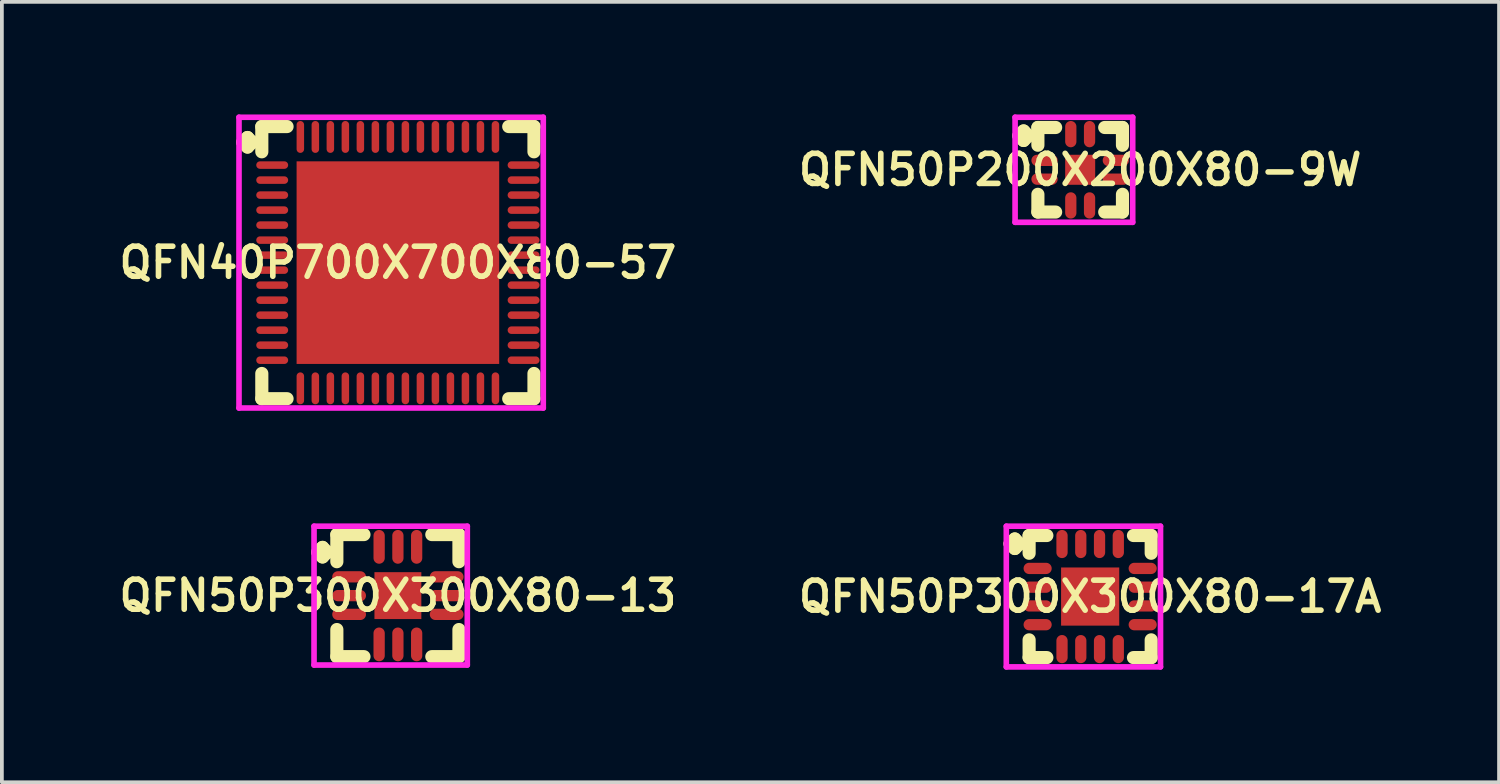
<source format=kicad_pcb>
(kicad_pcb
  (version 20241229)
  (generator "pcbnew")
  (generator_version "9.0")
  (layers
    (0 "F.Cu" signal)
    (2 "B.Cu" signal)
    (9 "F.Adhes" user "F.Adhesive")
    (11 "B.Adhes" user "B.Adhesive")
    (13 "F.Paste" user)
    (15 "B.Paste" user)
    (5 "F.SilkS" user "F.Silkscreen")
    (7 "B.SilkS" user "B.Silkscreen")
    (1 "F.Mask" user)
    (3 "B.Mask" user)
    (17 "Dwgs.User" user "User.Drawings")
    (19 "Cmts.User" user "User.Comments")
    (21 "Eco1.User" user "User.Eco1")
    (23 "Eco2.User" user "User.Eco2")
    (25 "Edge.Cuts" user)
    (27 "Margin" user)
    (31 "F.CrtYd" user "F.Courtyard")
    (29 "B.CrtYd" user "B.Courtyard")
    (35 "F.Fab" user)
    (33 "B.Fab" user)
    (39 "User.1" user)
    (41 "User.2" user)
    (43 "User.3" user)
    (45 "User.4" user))
  (footprint "QFN50P300X300X80-13"
    (layer "F.Cu")
    (at 7.555 12.825)
    (property "Reference" "QFN50P300X300X80-13" (at 0 0 0) (layer "F.SilkS") (effects (font (size 0.8 0.8) (thickness 0.15))))
    (attr smd)
    (fp_line (start -2.135 -1.158) (end -2.008 -1.285) (stroke (width 0.35) (type solid)) (layer "F.SilkS"))
    (fp_line (start -2.008 -1.285) (end -1.881 -1.158) (stroke (width 0.35) (type solid)) (layer "F.SilkS"))
    (fp_line (start -2.008 -1.031) (end -2.135 -1.158) (stroke (width 0.35) (type solid)) (layer "F.SilkS"))
    (fp_line (start -1.881 -1.158) (end -2.008 -1.031) (stroke (width 0.35) (type solid)) (layer "F.SilkS"))
    (fp_line (start -1.627 -1.627) (end -0.904 -1.627) (stroke (width 0.35) (type solid)) (layer "F.SilkS"))
    (fp_line (start -1.627 -0.904) (end -1.627 -1.627) (stroke (width 0.35) (type solid)) (layer "F.SilkS"))
    (fp_line (start -1.627 0.904) (end -1.627 1.627) (stroke (width 0.35) (type solid)) (layer "F.SilkS"))
    (fp_line (start -1.627 1.627) (end -0.904 1.627) (stroke (width 0.35) (type solid)) (layer "F.SilkS"))
    (fp_line (start 0.904 -1.627) (end 1.627 -1.627) (stroke (width 0.35) (type solid)) (layer "F.SilkS"))
    (fp_line (start 0.904 1.627) (end 1.627 1.627) (stroke (width 0.35) (type solid)) (layer "F.SilkS"))
    (fp_line (start 1.627 -1.627) (end 1.627 -0.904) (stroke (width 0.35) (type solid)) (layer "F.SilkS"))
    (fp_line (start 1.627 1.627) (end 1.627 0.904) (stroke (width 0.35) (type solid)) (layer "F.SilkS"))
    (fp_line (start -2.235 -1.85) (end 1.85 -1.85) (stroke (width 0.15) (type solid)) (layer "F.CrtYd"))
    (fp_line (start -2.235 1.85) (end -2.235 -1.85) (stroke (width 0.15) (type solid)) (layer "F.CrtYd"))
    (fp_line (start 1.85 -1.85) (end 1.85 1.85) (stroke (width 0.15) (type solid)) (layer "F.CrtYd"))
    (fp_line (start 1.85 1.85) (end -2.235 1.85) (stroke (width 0.15) (type solid)) (layer "F.CrtYd"))
    (pad "1" smd oval (at -1.3 -0.5) (size 0.9 0.3) (layers "F.Cu" "F.Mask" "F.Paste"))
    (pad "2" smd oval (at -1.3 0) (size 0.9 0.3) (layers "F.Cu" "F.Mask" "F.Paste"))
    (pad "3" smd oval (at -1.3 0.5) (size 0.9 0.3) (layers "F.Cu" "F.Mask" "F.Paste"))
    (pad "4" smd oval (at -0.5 1.3) (size 0.3 0.9) (layers "F.Cu" "F.Mask" "F.Paste"))
    (pad "5" smd oval (at 0 1.3) (size 0.3 0.9) (layers "F.Cu" "F.Mask" "F.Paste"))
    (pad "6" smd oval (at 0.5 1.3) (size 0.3 0.9) (layers "F.Cu" "F.Mask" "F.Paste"))
    (pad "7" smd oval (at 1.3 0.5) (size 0.9 0.3) (layers "F.Cu" "F.Mask" "F.Paste"))
    (pad "8" smd oval (at 1.3 0) (size 0.9 0.3) (layers "F.Cu" "F.Mask" "F.Paste"))
    (pad "9" smd oval (at 1.3 -0.5) (size 0.9 0.3) (layers "F.Cu" "F.Mask" "F.Paste"))
    (pad "10" smd oval (at 0.5 -1.3) (size 0.3 0.9) (layers "F.Cu" "F.Mask" "F.Paste"))
    (pad "11" smd oval (at 0 -1.3) (size 0.3 0.9) (layers "F.Cu" "F.Mask" "F.Paste"))
    (pad "12" smd oval (at -0.5 -1.3) (size 0.3 0.9) (layers "F.Cu" "F.Mask" "F.Paste"))
    (pad "13" smd rect (at 0 0) (size 1.25 1.25) (layers "F.Cu" "F.Mask" "F.Paste")))
  (footprint "QFN50P300X300X80-17A"
    (layer "F.Cu")
    (at 26.006 12.85)
    (property "Reference" "QFN50P300X300X80-17A" (at 0 0 0) (layer "F.SilkS") (effects (font (size 0.8 0.8) (thickness 0.15))))
    (attr smd)
    (fp_line (start -2.135 -1.408) (end -2.008 -1.535) (stroke (width 0.35) (type solid)) (layer "F.SilkS"))
    (fp_line (start -2.008 -1.535) (end -1.881 -1.408) (stroke (width 0.35) (type solid)) (layer "F.SilkS"))
    (fp_line (start -2.008 -1.281) (end -2.135 -1.408) (stroke (width 0.35) (type solid)) (layer "F.SilkS"))
    (fp_line (start -1.881 -1.408) (end -2.008 -1.281) (stroke (width 0.35) (type solid)) (layer "F.SilkS"))
    (fp_line (start -1.627 -1.627) (end -1.154 -1.627) (stroke (width 0.35) (type solid)) (layer "F.SilkS"))
    (fp_line (start -1.627 -1.154) (end -1.627 -1.627) (stroke (width 0.35) (type solid)) (layer "F.SilkS"))
    (fp_line (start -1.627 1.154) (end -1.627 1.627) (stroke (width 0.35) (type solid)) (layer "F.SilkS"))
    (fp_line (start -1.627 1.627) (end -1.154 1.627) (stroke (width 0.35) (type solid)) (layer "F.SilkS"))
    (fp_line (start 1.154 -1.627) (end 1.627 -1.627) (stroke (width 0.35) (type solid)) (layer "F.SilkS"))
    (fp_line (start 1.154 1.627) (end 1.627 1.627) (stroke (width 0.35) (type solid)) (layer "F.SilkS"))
    (fp_line (start 1.627 -1.627) (end 1.627 -1.154) (stroke (width 0.35) (type solid)) (layer "F.SilkS"))
    (fp_line (start 1.627 1.627) (end 1.627 1.154) (stroke (width 0.35) (type solid)) (layer "F.SilkS"))
    (fp_line (start -2.235 -1.875) (end 1.875 -1.875) (stroke (width 0.15) (type solid)) (layer "F.CrtYd"))
    (fp_line (start -2.235 1.875) (end -2.235 -1.875) (stroke (width 0.15) (type solid)) (layer "F.CrtYd"))
    (fp_line (start 1.875 -1.875) (end 1.875 1.875) (stroke (width 0.15) (type solid)) (layer "F.CrtYd"))
    (fp_line (start 1.875 1.875) (end -2.235 1.875) (stroke (width 0.15) (type solid)) (layer "F.CrtYd"))
    (pad "1" smd oval (at -1.4 -0.75) (size 0.75 0.3) (layers "F.Cu" "F.Mask" "F.Paste"))
    (pad "2" smd oval (at -1.4 -0.25) (size 0.75 0.3) (layers "F.Cu" "F.Mask" "F.Paste"))
    (pad "3" smd oval (at -1.4 0.25) (size 0.75 0.3) (layers "F.Cu" "F.Mask" "F.Paste"))
    (pad "4" smd oval (at -1.4 0.75) (size 0.75 0.3) (layers "F.Cu" "F.Mask" "F.Paste"))
    (pad "5" smd oval (at -0.75 1.4) (size 0.3 0.75) (layers "F.Cu" "F.Mask" "F.Paste"))
    (pad "6" smd oval (at -0.25 1.4) (size 0.3 0.75) (layers "F.Cu" "F.Mask" "F.Paste"))
    (pad "7" smd oval (at 0.25 1.4) (size 0.3 0.75) (layers "F.Cu" "F.Mask" "F.Paste"))
    (pad "8" smd oval (at 0.75 1.4) (size 0.3 0.75) (layers "F.Cu" "F.Mask" "F.Paste"))
    (pad "9" smd oval (at 1.4 0.75) (size 0.75 0.3) (layers "F.Cu" "F.Mask" "F.Paste"))
    (pad "10" smd oval (at 1.4 0.25) (size 0.75 0.3) (layers "F.Cu" "F.Mask" "F.Paste"))
    (pad "11" smd oval (at 1.4 -0.25) (size 0.75 0.3) (layers "F.Cu" "F.Mask" "F.Paste"))
    (pad "12" smd oval (at 1.4 -0.75) (size 0.75 0.3) (layers "F.Cu" "F.Mask" "F.Paste"))
    (pad "13" smd oval (at 0.75 -1.4) (size 0.3 0.75) (layers "F.Cu" "F.Mask" "F.Paste"))
    (pad "14" smd oval (at 0.25 -1.4) (size 0.3 0.75) (layers "F.Cu" "F.Mask" "F.Paste"))
    (pad "15" smd oval (at -0.25 -1.4) (size 0.3 0.75) (layers "F.Cu" "F.Mask" "F.Paste"))
    (pad "16" smd oval (at -0.75 -1.4) (size 0.3 0.75) (layers "F.Cu" "F.Mask" "F.Paste"))
    (pad "17" smd rect (at 0 0) (size 1.55 1.55) (layers "F.Cu" "F.Mask" "F.Paste")))
  (footprint "QFN40P700X700X80-57"
    (layer "F.Cu")
    (at 7.555 3.95)
    (property "Reference" "QFN40P700X700X80-57" (at 0 0 0) (layer "F.SilkS") (effects (font (size 0.8 0.8) (thickness 0.15))))
    (attr smd)
    (fp_line (start -4.135 -3.208) (end -4.008 -3.335) (stroke (width 0.35) (type solid)) (layer "F.SilkS"))
    (fp_line (start -4.008 -3.335) (end -3.881 -3.208) (stroke (width 0.35) (type solid)) (layer "F.SilkS"))
    (fp_line (start -4.008 -3.081) (end -4.135 -3.208) (stroke (width 0.35) (type solid)) (layer "F.SilkS"))
    (fp_line (start -3.881 -3.208) (end -4.008 -3.081) (stroke (width 0.35) (type solid)) (layer "F.SilkS"))
    (fp_line (start -3.627 -3.627) (end -2.954 -3.627) (stroke (width 0.35) (type solid)) (layer "F.SilkS"))
    (fp_line (start -3.627 -2.954) (end -3.627 -3.627) (stroke (width 0.35) (type solid)) (layer "F.SilkS"))
    (fp_line (start -3.627 2.954) (end -3.627 3.627) (stroke (width 0.35) (type solid)) (layer "F.SilkS"))
    (fp_line (start -3.627 3.627) (end -2.954 3.627) (stroke (width 0.35) (type solid)) (layer "F.SilkS"))
    (fp_line (start 2.954 -3.627) (end 3.627 -3.627) (stroke (width 0.35) (type solid)) (layer "F.SilkS"))
    (fp_line (start 2.954 3.627) (end 3.627 3.627) (stroke (width 0.35) (type solid)) (layer "F.SilkS"))
    (fp_line (start 3.627 -3.627) (end 3.627 -2.954) (stroke (width 0.35) (type solid)) (layer "F.SilkS"))
    (fp_line (start 3.627 3.627) (end 3.627 2.954) (stroke (width 0.35) (type solid)) (layer "F.SilkS"))
    (fp_line (start -4.235 -3.875) (end 3.875 -3.875) (stroke (width 0.15) (type solid)) (layer "F.CrtYd"))
    (fp_line (start -4.235 3.875) (end -4.235 -3.875) (stroke (width 0.15) (type solid)) (layer "F.CrtYd"))
    (fp_line (start 3.875 -3.875) (end 3.875 3.875) (stroke (width 0.15) (type solid)) (layer "F.CrtYd"))
    (fp_line (start 3.875 3.875) (end -4.235 3.875) (stroke (width 0.15) (type solid)) (layer "F.CrtYd"))
    (pad "1" smd oval (at -3.35 -2.6) (size 0.85 0.2) (layers "F.Cu" "F.Mask" "F.Paste"))
    (pad "2" smd oval (at -3.35 -2.2) (size 0.85 0.2) (layers "F.Cu" "F.Mask" "F.Paste"))
    (pad "3" smd oval (at -3.35 -1.8) (size 0.85 0.2) (layers "F.Cu" "F.Mask" "F.Paste"))
    (pad "4" smd oval (at -3.35 -1.4) (size 0.85 0.2) (layers "F.Cu" "F.Mask" "F.Paste"))
    (pad "5" smd oval (at -3.35 -1) (size 0.85 0.2) (layers "F.Cu" "F.Mask" "F.Paste"))
    (pad "6" smd oval (at -3.35 -0.6) (size 0.85 0.2) (layers "F.Cu" "F.Mask" "F.Paste"))
    (pad "7" smd oval (at -3.35 -0.2) (size 0.85 0.2) (layers "F.Cu" "F.Mask" "F.Paste"))
    (pad "8" smd oval (at -3.35 0.2) (size 0.85 0.2) (layers "F.Cu" "F.Mask" "F.Paste"))
    (pad "9" smd oval (at -3.35 0.6) (size 0.85 0.2) (layers "F.Cu" "F.Mask" "F.Paste"))
    (pad "10" smd oval (at -3.35 1) (size 0.85 0.2) (layers "F.Cu" "F.Mask" "F.Paste"))
    (pad "11" smd oval (at -3.35 1.4) (size 0.85 0.2) (layers "F.Cu" "F.Mask" "F.Paste"))
    (pad "12" smd oval (at -3.35 1.8) (size 0.85 0.2) (layers "F.Cu" "F.Mask" "F.Paste"))
    (pad "13" smd oval (at -3.35 2.2) (size 0.85 0.2) (layers "F.Cu" "F.Mask" "F.Paste"))
    (pad "14" smd oval (at -3.35 2.6) (size 0.85 0.2) (layers "F.Cu" "F.Mask" "F.Paste"))
    (pad "15" smd oval (at -2.6 3.35) (size 0.2 0.85) (layers "F.Cu" "F.Mask" "F.Paste"))
    (pad "16" smd oval (at -2.2 3.35) (size 0.2 0.85) (layers "F.Cu" "F.Mask" "F.Paste"))
    (pad "17" smd oval (at -1.8 3.35) (size 0.2 0.85) (layers "F.Cu" "F.Mask" "F.Paste"))
    (pad "18" smd oval (at -1.4 3.35) (size 0.2 0.85) (layers "F.Cu" "F.Mask" "F.Paste"))
    (pad "19" smd oval (at -1 3.35) (size 0.2 0.85) (layers "F.Cu" "F.Mask" "F.Paste"))
    (pad "20" smd oval (at -0.6 3.35) (size 0.2 0.85) (layers "F.Cu" "F.Mask" "F.Paste"))
    (pad "21" smd oval (at -0.2 3.35) (size 0.2 0.85) (layers "F.Cu" "F.Mask" "F.Paste"))
    (pad "22" smd oval (at 0.2 3.35) (size 0.2 0.85) (layers "F.Cu" "F.Mask" "F.Paste"))
    (pad "23" smd oval (at 0.6 3.35) (size 0.2 0.85) (layers "F.Cu" "F.Mask" "F.Paste"))
    (pad "24" smd oval (at 1 3.35) (size 0.2 0.85) (layers "F.Cu" "F.Mask" "F.Paste"))
    (pad "25" smd oval (at 1.4 3.35) (size 0.2 0.85) (layers "F.Cu" "F.Mask" "F.Paste"))
    (pad "26" smd oval (at 1.8 3.35) (size 0.2 0.85) (layers "F.Cu" "F.Mask" "F.Paste"))
    (pad "27" smd oval (at 2.2 3.35) (size 0.2 0.85) (layers "F.Cu" "F.Mask" "F.Paste"))
    (pad "28" smd oval (at 2.6 3.35) (size 0.2 0.85) (layers "F.Cu" "F.Mask" "F.Paste"))
    (pad "29" smd oval (at 3.35 2.6) (size 0.85 0.2) (layers "F.Cu" "F.Mask" "F.Paste"))
    (pad "30" smd oval (at 3.35 2.2) (size 0.85 0.2) (layers "F.Cu" "F.Mask" "F.Paste"))
    (pad "31" smd oval (at 3.35 1.8) (size 0.85 0.2) (layers "F.Cu" "F.Mask" "F.Paste"))
    (pad "32" smd oval (at 3.35 1.4) (size 0.85 0.2) (layers "F.Cu" "F.Mask" "F.Paste"))
    (pad "33" smd oval (at 3.35 1) (size 0.85 0.2) (layers "F.Cu" "F.Mask" "F.Paste"))
    (pad "34" smd oval (at 3.35 0.6) (size 0.85 0.2) (layers "F.Cu" "F.Mask" "F.Paste"))
    (pad "35" smd oval (at 3.35 0.2) (size 0.85 0.2) (layers "F.Cu" "F.Mask" "F.Paste"))
    (pad "36" smd oval (at 3.35 -0.2) (size 0.85 0.2) (layers "F.Cu" "F.Mask" "F.Paste"))
    (pad "37" smd oval (at 3.35 -0.6) (size 0.85 0.2) (layers "F.Cu" "F.Mask" "F.Paste"))
    (pad "38" smd oval (at 3.35 -1) (size 0.85 0.2) (layers "F.Cu" "F.Mask" "F.Paste"))
    (pad "39" smd oval (at 3.35 -1.4) (size 0.85 0.2) (layers "F.Cu" "F.Mask" "F.Paste"))
    (pad "40" smd oval (at 3.35 -1.8) (size 0.85 0.2) (layers "F.Cu" "F.Mask" "F.Paste"))
    (pad "41" smd oval (at 3.35 -2.2) (size 0.85 0.2) (layers "F.Cu" "F.Mask" "F.Paste"))
    (pad "42" smd oval (at 3.35 -2.6) (size 0.85 0.2) (layers "F.Cu" "F.Mask" "F.Paste"))
    (pad "43" smd oval (at 2.6 -3.35) (size 0.2 0.85) (layers "F.Cu" "F.Mask" "F.Paste"))
    (pad "44" smd oval (at 2.2 -3.35) (size 0.2 0.85) (layers "F.Cu" "F.Mask" "F.Paste"))
    (pad "45" smd oval (at 1.8 -3.35) (size 0.2 0.85) (layers "F.Cu" "F.Mask" "F.Paste"))
    (pad "46" smd oval (at 1.4 -3.35) (size 0.2 0.85) (layers "F.Cu" "F.Mask" "F.Paste"))
    (pad "47" smd oval (at 1 -3.35) (size 0.2 0.85) (layers "F.Cu" "F.Mask" "F.Paste"))
    (pad "48" smd oval (at 0.6 -3.35) (size 0.2 0.85) (layers "F.Cu" "F.Mask" "F.Paste"))
    (pad "49" smd oval (at 0.2 -3.35) (size 0.2 0.85) (layers "F.Cu" "F.Mask" "F.Paste"))
    (pad "50" smd oval (at -0.2 -3.35) (size 0.2 0.85) (layers "F.Cu" "F.Mask" "F.Paste"))
    (pad "51" smd oval (at -0.6 -3.35) (size 0.2 0.85) (layers "F.Cu" "F.Mask" "F.Paste"))
    (pad "52" smd oval (at -1 -3.35) (size 0.2 0.85) (layers "F.Cu" "F.Mask" "F.Paste"))
    (pad "53" smd oval (at -1.4 -3.35) (size 0.2 0.85) (layers "F.Cu" "F.Mask" "F.Paste"))
    (pad "54" smd oval (at -1.8 -3.35) (size 0.2 0.85) (layers "F.Cu" "F.Mask" "F.Paste"))
    (pad "55" smd oval (at -2.2 -3.35) (size 0.2 0.85) (layers "F.Cu" "F.Mask" "F.Paste"))
    (pad "56" smd oval (at -2.6 -3.35) (size 0.2 0.85) (layers "F.Cu" "F.Mask" "F.Paste"))
    (pad "57" smd rect (at 0 0) (size 5.4 5.4) (layers "F.Cu" "F.Mask" "F.Paste")))
  (footprint "QFN50P200X200X80-9W"
    (layer "F.Cu")
    (at 25.74 1.475)
    (property "Reference" "QFN50P200X200X80-9W" (at 0 0 0) (layer "F.SilkS") (effects (font (size 0.8 0.8) (thickness 0.15))))
    (attr smd)
    (fp_line (start -1.635 -0.908) (end -1.508 -1.035) (stroke (width 0.35) (type solid)) (layer "F.SilkS"))
    (fp_line (start -1.508 -1.035) (end -1.381 -0.908) (stroke (width 0.35) (type solid)) (layer "F.SilkS"))
    (fp_line (start -1.508 -0.781) (end -1.635 -0.908) (stroke (width 0.35) (type solid)) (layer "F.SilkS"))
    (fp_line (start -1.381 -0.908) (end -1.508 -0.781) (stroke (width 0.35) (type solid)) (layer "F.SilkS"))
    (fp_line (start -1.127 -1.127) (end -0.654 -1.127) (stroke (width 0.35) (type solid)) (layer "F.SilkS"))
    (fp_line (start -1.127 -0.654) (end -1.127 -1.127) (stroke (width 0.35) (type solid)) (layer "F.SilkS"))
    (fp_line (start -1.127 0.654) (end -1.127 1.127) (stroke (width 0.35) (type solid)) (layer "F.SilkS"))
    (fp_line (start -1.127 1.127) (end -0.654 1.127) (stroke (width 0.35) (type solid)) (layer "F.SilkS"))
    (fp_line (start 0.654 -1.127) (end 1.127 -1.127) (stroke (width 0.35) (type solid)) (layer "F.SilkS"))
    (fp_line (start 0.654 1.127) (end 1.127 1.127) (stroke (width 0.35) (type solid)) (layer "F.SilkS"))
    (fp_line (start 1.127 -1.127) (end 1.127 -0.654) (stroke (width 0.35) (type solid)) (layer "F.SilkS"))
    (fp_line (start 1.127 1.127) (end 1.127 0.654) (stroke (width 0.35) (type solid)) (layer "F.SilkS"))
    (fp_line (start -1.735 -1.4) (end 1.4 -1.4) (stroke (width 0.15) (type solid)) (layer "F.CrtYd"))
    (fp_line (start -1.735 1.4) (end -1.735 -1.4) (stroke (width 0.15) (type solid)) (layer "F.CrtYd"))
    (fp_line (start 1.4 -1.4) (end 1.4 1.4) (stroke (width 0.15) (type solid)) (layer "F.CrtYd"))
    (fp_line (start 1.4 1.4) (end -1.735 1.4) (stroke (width 0.15) (type solid)) (layer "F.CrtYd"))
    (pad "1" smd oval (at -0.95 -0.25) (size 0.7 0.3) (layers "F.Cu" "F.Mask" "F.Paste"))
    (pad "2" smd oval (at -0.95 0.25) (size 0.7 0.3) (layers "F.Cu" "F.Mask" "F.Paste"))
    (pad "3" smd oval (at -0.25 0.95) (size 0.3 0.7) (layers "F.Cu" "F.Mask" "F.Paste"))
    (pad "4" smd oval (at 0.25 0.95) (size 0.3 0.7) (layers "F.Cu" "F.Mask" "F.Paste"))
    (pad "5" smd oval (at 0.95 0.25) (size 0.7 0.3) (layers "F.Cu" "F.Mask" "F.Paste"))
    (pad "6" smd oval (at 0.95 -0.25) (size 0.7 0.3) (layers "F.Cu" "F.Mask" "F.Paste"))
    (pad "7" smd oval (at 0.25 -0.95) (size 0.3 0.7) (layers "F.Cu" "F.Mask" "F.Paste"))
    (pad "8" smd oval (at -0.25 -0.95) (size 0.3 0.7) (layers "F.Cu" "F.Mask" "F.Paste"))
    (pad "9" smd rect (at 0 0) (size 0.8 0.8) (layers "F.Cu" "F.Mask" "F.Paste")))
  (gr_rect
    (start -3 -3)
    (end 36.904 17.8)
    (stroke (width 0.1) (type default))
    (fill no)
    (layer "Edge.Cuts")))
</source>
